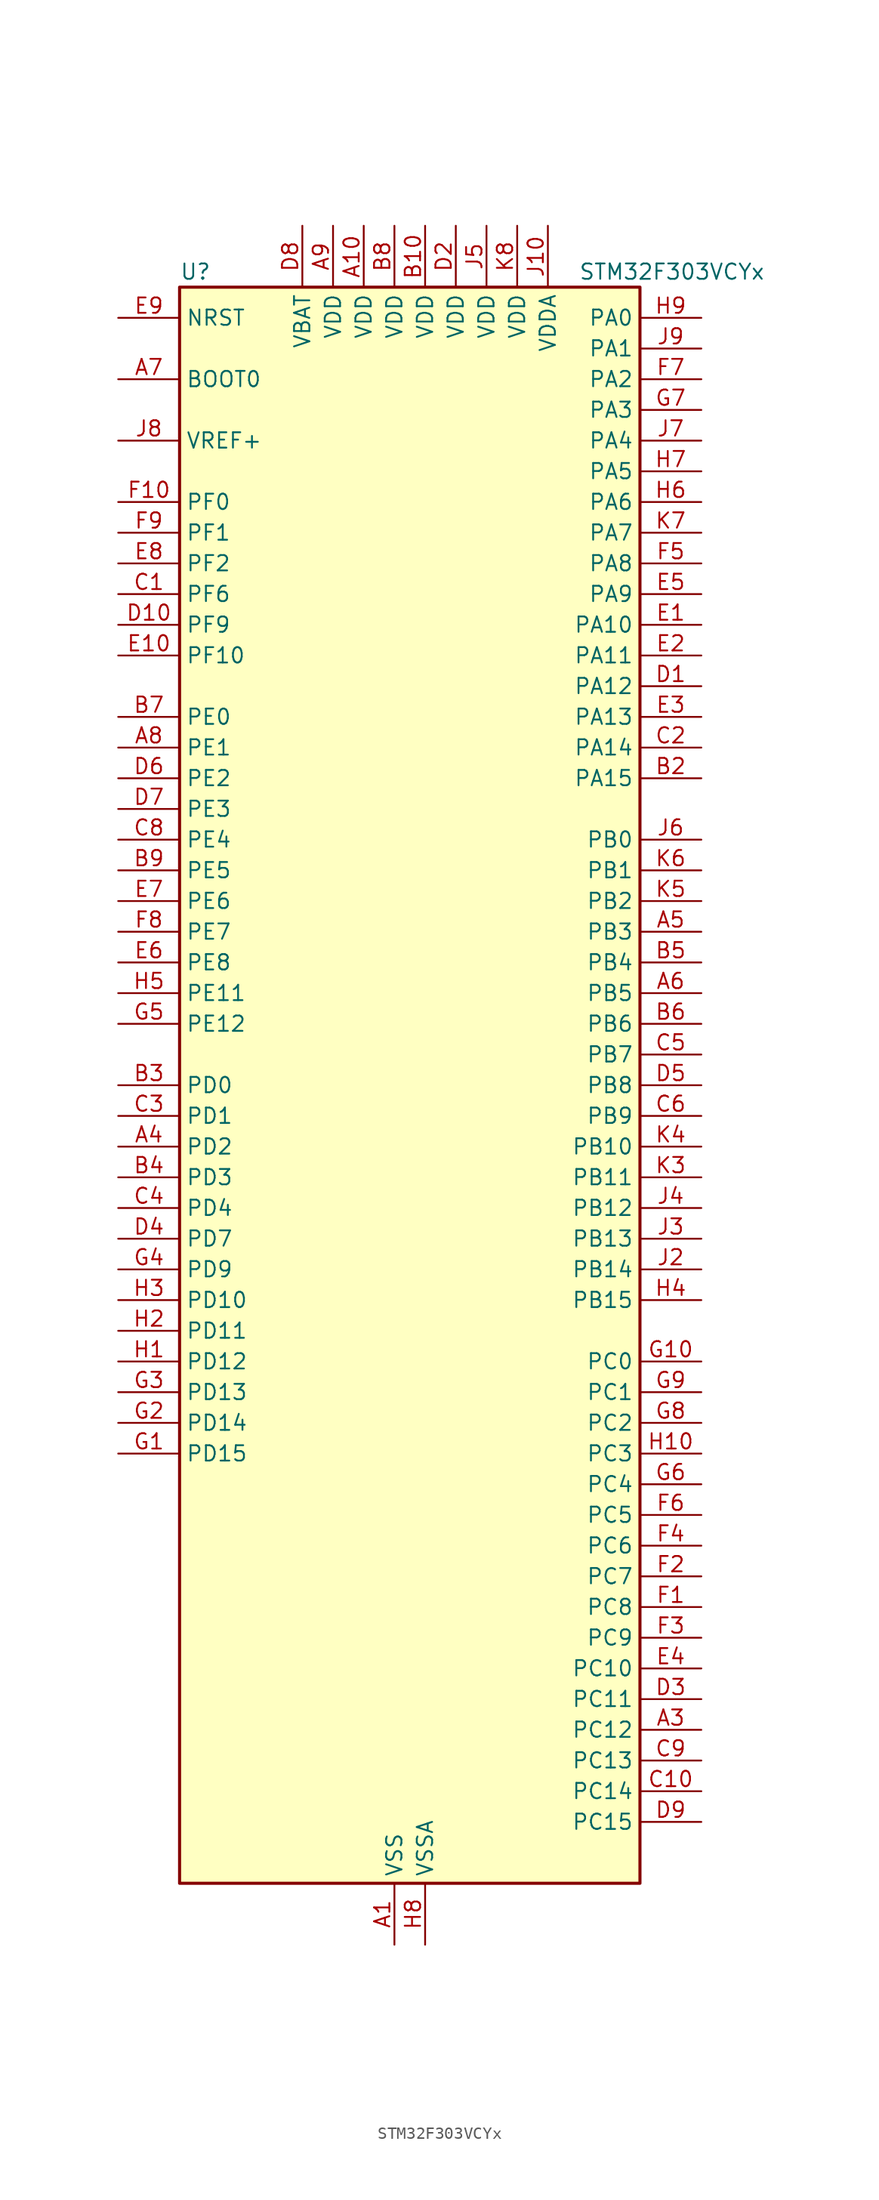
<source format=kicad_sym>
(kicad_symbol_lib
  (version 20231120)
  (generator "kicad_symbol_editor")
  (generator_version "8.0")
  (symbol "STM32F303VCYx"
    (property "Reference" "U"
      (at -17.78 67.31 0)
      (effects (font (size 1.27 1.27)) (justify left)))
    (property "Value" "STM32F303VCYx"
      (at 15.24 67.31 0)
      (effects (font (size 1.27 1.27)) (justify left)))
    (property "ki_locked" ""
      (at 0 0 0)
      (effects (font (size 1.27 1.27))))
    (symbol "STM32F303VCYx_0_1"
      (rectangle (start -17.78 -66.04) (end 20.32 66.04) (stroke (width 0.254) (type default)) (fill (type background))))
    (symbol "STM32F303VCYx_1_1"
      (pin power_in line (at 0 -71.12 90) (length 5.08) (name "VSS" (effects (font (size 1.27 1.27)))) (number "A1" (effects (font (size 1.27 1.27)))))
      (pin power_in line (at -2.54 71.12 270) (length 5.08) (name "VDD" (effects (font (size 1.27 1.27)))) (number "A10" (effects (font (size 1.27 1.27)))))
      (pin passive line (at 0 -71.12 90) (length 5.08) hide (name "VSS" (effects (font (size 1.27 1.27)))) (number "A2" (effects (font (size 1.27 1.27)))))
      (pin bidirectional line (at 25.4 -53.34 180) (length 5.08) (name "PC12" (effects (font (size 1.27 1.27)))) (number "A3" (effects (font (size 1.27 1.27)))) (alternate "I2S3_SD" bidirectional line) (alternate "SPI3_MOSI" bidirectional line) (alternate "TIM8_CH3N" bidirectional line) (alternate "UART5_TX" bidirectional line) (alternate "USART3_CK" bidirectional line))
      (pin bidirectional line (at -22.86 -5.08 0) (length 5.08) (name "PD2" (effects (font (size 1.27 1.27)))) (number "A4" (effects (font (size 1.27 1.27)))) (alternate "ADC3_EXTI2" bidirectional line) (alternate "ADC4_EXTI2" bidirectional line) (alternate "TIM3_ETR" bidirectional line) (alternate "TIM8_BKIN" bidirectional line) (alternate "UART5_RX" bidirectional line))
      (pin bidirectional line (at 25.4 12.7 180) (length 5.08) (name "PB3" (effects (font (size 1.27 1.27)))) (number "A5" (effects (font (size 1.27 1.27)))) (alternate "I2S3_CK" bidirectional line) (alternate "SPI1_SCK" bidirectional line) (alternate "SPI3_SCK" bidirectional line) (alternate "SYS_JTDO-TRACESWO" bidirectional line) (alternate "TIM2_CH2" bidirectional line) (alternate "TIM3_ETR" bidirectional line) (alternate "TIM4_ETR" bidirectional line) (alternate "TIM8_CH1N" bidirectional line) (alternate "TSC_G5_IO1" bidirectional line) (alternate "USART2_TX" bidirectional line))
      (pin bidirectional line (at 25.4 7.62 180) (length 5.08) (name "PB5" (effects (font (size 1.27 1.27)))) (number "A6" (effects (font (size 1.27 1.27)))) (alternate "I2C1_SMBA" bidirectional line) (alternate "I2S3_SD" bidirectional line) (alternate "SPI1_MOSI" bidirectional line) (alternate "SPI3_MOSI" bidirectional line) (alternate "TIM16_BKIN" bidirectional line) (alternate "TIM17_CH1" bidirectional line) (alternate "TIM3_CH2" bidirectional line) (alternate "TIM8_CH3N" bidirectional line) (alternate "USART2_CK" bidirectional line))
      (pin input line (at -22.86 58.42 0) (length 5.08) (name "BOOT0" (effects (font (size 1.27 1.27)))) (number "A7" (effects (font (size 1.27 1.27)))))
      (pin bidirectional line (at -22.86 27.94 0) (length 5.08) (name "PE1" (effects (font (size 1.27 1.27)))) (number "A8" (effects (font (size 1.27 1.27)))) (alternate "TIM17_CH1" bidirectional line) (alternate "USART1_RX" bidirectional line))
      (pin power_in line (at -5.08 71.12 270) (length 5.08) (name "VDD" (effects (font (size 1.27 1.27)))) (number "A9" (effects (font (size 1.27 1.27)))))
      (pin passive line (at 0 -71.12 90) (length 5.08) hide (name "VSS" (effects (font (size 1.27 1.27)))) (number "B1" (effects (font (size 1.27 1.27)))))
      (pin power_in line (at 2.54 71.12 270) (length 5.08) (name "VDD" (effects (font (size 1.27 1.27)))) (number "B10" (effects (font (size 1.27 1.27)))))
      (pin bidirectional line (at 25.4 25.4 180) (length 5.08) (name "PA15" (effects (font (size 1.27 1.27)))) (number "B2" (effects (font (size 1.27 1.27)))) (alternate "ADC1_EXTI15" bidirectional line) (alternate "ADC2_EXTI15" bidirectional line) (alternate "I2C1_SCL" bidirectional line) (alternate "I2S3_WS" bidirectional line) (alternate "SPI1_NSS" bidirectional line) (alternate "SPI3_NSS" bidirectional line) (alternate "SYS_JTDI" bidirectional line) (alternate "TIM1_BKIN" bidirectional line) (alternate "TIM2_CH1" bidirectional line) (alternate "TIM2_ETR" bidirectional line) (alternate "TIM8_CH1" bidirectional line) (alternate "USART2_RX" bidirectional line))
      (pin bidirectional line (at -22.86 0 0) (length 5.08) (name "PD0" (effects (font (size 1.27 1.27)))) (number "B3" (effects (font (size 1.27 1.27)))) (alternate "CAN_RX" bidirectional line))
      (pin bidirectional line (at -22.86 -7.62 0) (length 5.08) (name "PD3" (effects (font (size 1.27 1.27)))) (number "B4" (effects (font (size 1.27 1.27)))) (alternate "TIM2_CH1" bidirectional line) (alternate "TIM2_ETR" bidirectional line) (alternate "USART2_CTS" bidirectional line))
      (pin bidirectional line (at 25.4 10.16 180) (length 5.08) (name "PB4" (effects (font (size 1.27 1.27)))) (number "B5" (effects (font (size 1.27 1.27)))) (alternate "I2S3_ext_SD" bidirectional line) (alternate "SPI1_MISO" bidirectional line) (alternate "SPI3_MISO" bidirectional line) (alternate "SYS_NJTRST" bidirectional line) (alternate "TIM16_CH1" bidirectional line) (alternate "TIM17_BKIN" bidirectional line) (alternate "TIM3_CH1" bidirectional line) (alternate "TIM8_CH2N" bidirectional line) (alternate "TSC_G5_IO2" bidirectional line) (alternate "USART2_RX" bidirectional line))
      (pin bidirectional line (at 25.4 5.08 180) (length 5.08) (name "PB6" (effects (font (size 1.27 1.27)))) (number "B6" (effects (font (size 1.27 1.27)))) (alternate "I2C1_SCL" bidirectional line) (alternate "TIM16_CH1N" bidirectional line) (alternate "TIM4_CH1" bidirectional line) (alternate "TIM8_BKIN2" bidirectional line) (alternate "TIM8_CH1" bidirectional line) (alternate "TIM8_ETR" bidirectional line) (alternate "TSC_G5_IO3" bidirectional line) (alternate "USART1_TX" bidirectional line))
      (pin bidirectional line (at -22.86 30.48 0) (length 5.08) (name "PE0" (effects (font (size 1.27 1.27)))) (number "B7" (effects (font (size 1.27 1.27)))) (alternate "TIM16_CH1" bidirectional line) (alternate "TIM4_ETR" bidirectional line) (alternate "USART1_TX" bidirectional line))
      (pin power_in line (at 0 71.12 270) (length 5.08) (name "VDD" (effects (font (size 1.27 1.27)))) (number "B8" (effects (font (size 1.27 1.27)))))
      (pin bidirectional line (at -22.86 17.78 0) (length 5.08) (name "PE5" (effects (font (size 1.27 1.27)))) (number "B9" (effects (font (size 1.27 1.27)))) (alternate "SYS_TRACED2" bidirectional line) (alternate "TIM3_CH4" bidirectional line) (alternate "TSC_G7_IO4" bidirectional line))
      (pin bidirectional line (at -22.86 40.64 0) (length 5.08) (name "PF6" (effects (font (size 1.27 1.27)))) (number "C1" (effects (font (size 1.27 1.27)))) (alternate "I2C2_SCL" bidirectional line) (alternate "TIM4_CH4" bidirectional line) (alternate "USART3_DE" bidirectional line) (alternate "USART3_RTS" bidirectional line))
      (pin bidirectional line (at 25.4 -58.42 180) (length 5.08) (name "PC14" (effects (font (size 1.27 1.27)))) (number "C10" (effects (font (size 1.27 1.27)))) (alternate "RCC_OSC32_IN" bidirectional line))
      (pin bidirectional line (at 25.4 27.94 180) (length 5.08) (name "PA14" (effects (font (size 1.27 1.27)))) (number "C2" (effects (font (size 1.27 1.27)))) (alternate "I2C1_SDA" bidirectional line) (alternate "SYS_JTCK-SWCLK" bidirectional line) (alternate "TIM1_BKIN" bidirectional line) (alternate "TIM8_CH2" bidirectional line) (alternate "TSC_G4_IO4" bidirectional line) (alternate "USART2_TX" bidirectional line))
      (pin bidirectional line (at -22.86 -2.54 0) (length 5.08) (name "PD1" (effects (font (size 1.27 1.27)))) (number "C3" (effects (font (size 1.27 1.27)))) (alternate "CAN_TX" bidirectional line) (alternate "TIM8_BKIN2" bidirectional line) (alternate "TIM8_CH4" bidirectional line))
      (pin bidirectional line (at -22.86 -10.16 0) (length 5.08) (name "PD4" (effects (font (size 1.27 1.27)))) (number "C4" (effects (font (size 1.27 1.27)))) (alternate "TIM2_CH2" bidirectional line) (alternate "USART2_DE" bidirectional line) (alternate "USART2_RTS" bidirectional line))
      (pin bidirectional line (at 25.4 2.54 180) (length 5.08) (name "PB7" (effects (font (size 1.27 1.27)))) (number "C5" (effects (font (size 1.27 1.27)))) (alternate "I2C1_SDA" bidirectional line) (alternate "TIM17_CH1N" bidirectional line) (alternate "TIM3_CH4" bidirectional line) (alternate "TIM4_CH2" bidirectional line) (alternate "TIM8_BKIN" bidirectional line) (alternate "TSC_G5_IO4" bidirectional line) (alternate "USART1_RX" bidirectional line))
      (pin bidirectional line (at 25.4 -2.54 180) (length 5.08) (name "PB9" (effects (font (size 1.27 1.27)))) (number "C6" (effects (font (size 1.27 1.27)))) (alternate "CAN_TX" bidirectional line) (alternate "COMP2_OUT" bidirectional line) (alternate "DAC_EXTI9" bidirectional line) (alternate "I2C1_SDA" bidirectional line) (alternate "IR_OUT" bidirectional line) (alternate "TIM17_CH1" bidirectional line) (alternate "TIM4_CH4" bidirectional line) (alternate "TIM8_CH3" bidirectional line))
      (pin passive line (at 0 -71.12 90) (length 5.08) hide (name "VSS" (effects (font (size 1.27 1.27)))) (number "C7" (effects (font (size 1.27 1.27)))))
      (pin bidirectional line (at -22.86 20.32 0) (length 5.08) (name "PE4" (effects (font (size 1.27 1.27)))) (number "C8" (effects (font (size 1.27 1.27)))) (alternate "SYS_TRACED1" bidirectional line) (alternate "TIM3_CH3" bidirectional line) (alternate "TSC_G7_IO3" bidirectional line))
      (pin bidirectional line (at 25.4 -55.88 180) (length 5.08) (name "PC13" (effects (font (size 1.27 1.27)))) (number "C9" (effects (font (size 1.27 1.27)))) (alternate "RTC_OUT_ALARM" bidirectional line) (alternate "RTC_OUT_CALIB" bidirectional line) (alternate "RTC_TAMP1" bidirectional line) (alternate "RTC_TS" bidirectional line) (alternate "SYS_WKUP2" bidirectional line) (alternate "TIM1_CH1N" bidirectional line))
      (pin bidirectional line (at 25.4 33.02 180) (length 5.08) (name "PA12" (effects (font (size 1.27 1.27)))) (number "D1" (effects (font (size 1.27 1.27)))) (alternate "CAN_TX" bidirectional line) (alternate "COMP2_OUT" bidirectional line) (alternate "TIM16_CH1" bidirectional line) (alternate "TIM1_CH2N" bidirectional line) (alternate "TIM1_ETR" bidirectional line) (alternate "TIM4_CH2" bidirectional line) (alternate "USART1_DE" bidirectional line) (alternate "USART1_RTS" bidirectional line) (alternate "USB_DP" bidirectional line))
      (pin bidirectional line (at -22.86 38.1 0) (length 5.08) (name "PF9" (effects (font (size 1.27 1.27)))) (number "D10" (effects (font (size 1.27 1.27)))) (alternate "DAC_EXTI9" bidirectional line) (alternate "SPI2_SCK" bidirectional line) (alternate "TIM15_CH1" bidirectional line))
      (pin power_in line (at 5.08 71.12 270) (length 5.08) (name "VDD" (effects (font (size 1.27 1.27)))) (number "D2" (effects (font (size 1.27 1.27)))))
      (pin bidirectional line (at 25.4 -50.8 180) (length 5.08) (name "PC11" (effects (font (size 1.27 1.27)))) (number "D3" (effects (font (size 1.27 1.27)))) (alternate "ADC1_EXTI11" bidirectional line) (alternate "ADC2_EXTI11" bidirectional line) (alternate "I2S3_ext_SD" bidirectional line) (alternate "SPI3_MISO" bidirectional line) (alternate "TIM8_CH2N" bidirectional line) (alternate "UART4_RX" bidirectional line) (alternate "USART3_RX" bidirectional line))
      (pin bidirectional line (at -22.86 -12.7 0) (length 5.08) (name "PD7" (effects (font (size 1.27 1.27)))) (number "D4" (effects (font (size 1.27 1.27)))) (alternate "TIM2_CH3" bidirectional line) (alternate "USART2_CK" bidirectional line))
      (pin bidirectional line (at 25.4 0 180) (length 5.08) (name "PB8" (effects (font (size 1.27 1.27)))) (number "D5" (effects (font (size 1.27 1.27)))) (alternate "CAN_RX" bidirectional line) (alternate "COMP1_OUT" bidirectional line) (alternate "I2C1_SCL" bidirectional line) (alternate "TIM16_CH1" bidirectional line) (alternate "TIM1_BKIN" bidirectional line) (alternate "TIM4_CH3" bidirectional line) (alternate "TIM8_CH2" bidirectional line) (alternate "TSC_SYNC" bidirectional line))
      (pin bidirectional line (at -22.86 25.4 0) (length 5.08) (name "PE2" (effects (font (size 1.27 1.27)))) (number "D6" (effects (font (size 1.27 1.27)))) (alternate "ADC3_EXTI2" bidirectional line) (alternate "ADC4_EXTI2" bidirectional line) (alternate "SYS_TRACECK" bidirectional line) (alternate "TIM3_CH1" bidirectional line) (alternate "TSC_G7_IO1" bidirectional line))
      (pin bidirectional line (at -22.86 22.86 0) (length 5.08) (name "PE3" (effects (font (size 1.27 1.27)))) (number "D7" (effects (font (size 1.27 1.27)))) (alternate "SYS_TRACED0" bidirectional line) (alternate "TIM3_CH2" bidirectional line) (alternate "TSC_G7_IO2" bidirectional line))
      (pin power_in line (at -7.62 71.12 270) (length 5.08) (name "VBAT" (effects (font (size 1.27 1.27)))) (number "D8" (effects (font (size 1.27 1.27)))))
      (pin bidirectional line (at 25.4 -60.96 180) (length 5.08) (name "PC15" (effects (font (size 1.27 1.27)))) (number "D9" (effects (font (size 1.27 1.27)))) (alternate "ADC1_EXTI15" bidirectional line) (alternate "ADC2_EXTI15" bidirectional line) (alternate "RCC_OSC32_OUT" bidirectional line))
      (pin bidirectional line (at 25.4 38.1 180) (length 5.08) (name "PA10" (effects (font (size 1.27 1.27)))) (number "E1" (effects (font (size 1.27 1.27)))) (alternate "COMP6_OUT" bidirectional line) (alternate "I2C2_SDA" bidirectional line) (alternate "TIM17_BKIN" bidirectional line) (alternate "TIM1_CH3" bidirectional line) (alternate "TIM2_CH4" bidirectional line) (alternate "TIM8_BKIN" bidirectional line) (alternate "TSC_G4_IO2" bidirectional line) (alternate "USART1_RX" bidirectional line))
      (pin bidirectional line (at -22.86 35.56 0) (length 5.08) (name "PF10" (effects (font (size 1.27 1.27)))) (number "E10" (effects (font (size 1.27 1.27)))) (alternate "SPI2_SCK" bidirectional line) (alternate "TIM15_CH2" bidirectional line))
      (pin bidirectional line (at 25.4 35.56 180) (length 5.08) (name "PA11" (effects (font (size 1.27 1.27)))) (number "E2" (effects (font (size 1.27 1.27)))) (alternate "ADC1_EXTI11" bidirectional line) (alternate "ADC2_EXTI11" bidirectional line) (alternate "CAN_RX" bidirectional line) (alternate "COMP1_OUT" bidirectional line) (alternate "TIM1_BKIN2" bidirectional line) (alternate "TIM1_CH1N" bidirectional line) (alternate "TIM1_CH4" bidirectional line) (alternate "TIM4_CH1" bidirectional line) (alternate "USART1_CTS" bidirectional line) (alternate "USB_DM" bidirectional line))
      (pin bidirectional line (at 25.4 30.48 180) (length 5.08) (name "PA13" (effects (font (size 1.27 1.27)))) (number "E3" (effects (font (size 1.27 1.27)))) (alternate "IR_OUT" bidirectional line) (alternate "SYS_JTMS-SWDIO" bidirectional line) (alternate "TIM16_CH1N" bidirectional line) (alternate "TIM4_CH3" bidirectional line) (alternate "TSC_G4_IO3" bidirectional line) (alternate "USART3_CTS" bidirectional line))
      (pin bidirectional line (at 25.4 -48.26 180) (length 5.08) (name "PC10" (effects (font (size 1.27 1.27)))) (number "E4" (effects (font (size 1.27 1.27)))) (alternate "I2S3_CK" bidirectional line) (alternate "SPI3_SCK" bidirectional line) (alternate "TIM8_CH1N" bidirectional line) (alternate "UART4_TX" bidirectional line) (alternate "USART3_TX" bidirectional line))
      (pin bidirectional line (at 25.4 40.64 180) (length 5.08) (name "PA9" (effects (font (size 1.27 1.27)))) (number "E5" (effects (font (size 1.27 1.27)))) (alternate "COMP5_OUT" bidirectional line) (alternate "DAC_EXTI9" bidirectional line) (alternate "I2C2_SCL" bidirectional line) (alternate "I2S3_MCK" bidirectional line) (alternate "TIM15_BKIN" bidirectional line) (alternate "TIM1_CH2" bidirectional line) (alternate "TIM2_CH3" bidirectional line) (alternate "TSC_G4_IO1" bidirectional line) (alternate "USART1_TX" bidirectional line))
      (pin bidirectional line (at -22.86 10.16 0) (length 5.08) (name "PE8" (effects (font (size 1.27 1.27)))) (number "E6" (effects (font (size 1.27 1.27)))) (alternate "ADC3_IN6" bidirectional line) (alternate "ADC4_IN6" bidirectional line) (alternate "COMP4_INM" bidirectional line) (alternate "TIM1_CH1N" bidirectional line))
      (pin bidirectional line (at -22.86 15.24 0) (length 5.08) (name "PE6" (effects (font (size 1.27 1.27)))) (number "E7" (effects (font (size 1.27 1.27)))) (alternate "RTC_TAMP3" bidirectional line) (alternate "SYS_TRACED3" bidirectional line) (alternate "SYS_WKUP3" bidirectional line))
      (pin bidirectional line (at -22.86 43.18 0) (length 5.08) (name "PF2" (effects (font (size 1.27 1.27)))) (number "E8" (effects (font (size 1.27 1.27)))) (alternate "ADC1_IN10" bidirectional line) (alternate "ADC2_IN10" bidirectional line) (alternate "ADC3_EXTI2" bidirectional line) (alternate "ADC4_EXTI2" bidirectional line))
      (pin input line (at -22.86 63.5 0) (length 5.08) (name "NRST" (effects (font (size 1.27 1.27)))) (number "E9" (effects (font (size 1.27 1.27)))))
      (pin bidirectional line (at 25.4 -43.18 180) (length 5.08) (name "PC8" (effects (font (size 1.27 1.27)))) (number "F1" (effects (font (size 1.27 1.27)))) (alternate "COMP3_OUT" bidirectional line) (alternate "TIM3_CH3" bidirectional line) (alternate "TIM8_CH3" bidirectional line))
      (pin bidirectional line (at -22.86 48.26 0) (length 5.08) (name "PF0" (effects (font (size 1.27 1.27)))) (number "F10" (effects (font (size 1.27 1.27)))) (alternate "I2C2_SDA" bidirectional line) (alternate "RCC_OSC_IN" bidirectional line) (alternate "TIM1_CH3N" bidirectional line))
      (pin bidirectional line (at 25.4 -40.64 180) (length 5.08) (name "PC7" (effects (font (size 1.27 1.27)))) (number "F2" (effects (font (size 1.27 1.27)))) (alternate "COMP5_OUT" bidirectional line) (alternate "I2S3_MCK" bidirectional line) (alternate "TIM3_CH2" bidirectional line) (alternate "TIM8_CH2" bidirectional line))
      (pin bidirectional line (at 25.4 -45.72 180) (length 5.08) (name "PC9" (effects (font (size 1.27 1.27)))) (number "F3" (effects (font (size 1.27 1.27)))) (alternate "DAC_EXTI9" bidirectional line) (alternate "I2S_CKIN" bidirectional line) (alternate "TIM3_CH4" bidirectional line) (alternate "TIM8_BKIN2" bidirectional line) (alternate "TIM8_CH4" bidirectional line))
      (pin bidirectional line (at 25.4 -38.1 180) (length 5.08) (name "PC6" (effects (font (size 1.27 1.27)))) (number "F4" (effects (font (size 1.27 1.27)))) (alternate "COMP6_OUT" bidirectional line) (alternate "I2S2_MCK" bidirectional line) (alternate "TIM3_CH1" bidirectional line) (alternate "TIM8_CH1" bidirectional line))
      (pin bidirectional line (at 25.4 43.18 180) (length 5.08) (name "PA8" (effects (font (size 1.27 1.27)))) (number "F5" (effects (font (size 1.27 1.27)))) (alternate "COMP3_OUT" bidirectional line) (alternate "I2C2_SMBA" bidirectional line) (alternate "I2S2_MCK" bidirectional line) (alternate "RCC_MCO" bidirectional line) (alternate "TIM1_CH1" bidirectional line) (alternate "TIM4_ETR" bidirectional line) (alternate "USART1_CK" bidirectional line))
      (pin bidirectional line (at 25.4 -35.56 180) (length 5.08) (name "PC5" (effects (font (size 1.27 1.27)))) (number "F6" (effects (font (size 1.27 1.27)))) (alternate "ADC2_IN11" bidirectional line) (alternate "OPAMP1_VINM" bidirectional line) (alternate "OPAMP1_VINM_SEC" bidirectional line) (alternate "OPAMP2_VINM" bidirectional line) (alternate "OPAMP2_VINM_SEC" bidirectional line) (alternate "TSC_G3_IO1" bidirectional line) (alternate "USART1_RX" bidirectional line))
      (pin bidirectional line (at 25.4 58.42 180) (length 5.08) (name "PA2" (effects (font (size 1.27 1.27)))) (number "F7" (effects (font (size 1.27 1.27)))) (alternate "ADC1_IN3" bidirectional line) (alternate "ADC3_EXTI2" bidirectional line) (alternate "ADC4_EXTI2" bidirectional line) (alternate "COMP2_INM" bidirectional line) (alternate "COMP2_OUT" bidirectional line) (alternate "OPAMP1_VOUT" bidirectional line) (alternate "TIM15_CH1" bidirectional line) (alternate "TIM2_CH3" bidirectional line) (alternate "TSC_G1_IO3" bidirectional line) (alternate "USART2_TX" bidirectional line))
      (pin bidirectional line (at -22.86 12.7 0) (length 5.08) (name "PE7" (effects (font (size 1.27 1.27)))) (number "F8" (effects (font (size 1.27 1.27)))) (alternate "ADC3_IN13" bidirectional line) (alternate "COMP4_INP" bidirectional line) (alternate "TIM1_ETR" bidirectional line))
      (pin bidirectional line (at -22.86 45.72 0) (length 5.08) (name "PF1" (effects (font (size 1.27 1.27)))) (number "F9" (effects (font (size 1.27 1.27)))) (alternate "I2C2_SCL" bidirectional line) (alternate "RCC_OSC_OUT" bidirectional line))
      (pin bidirectional line (at -22.86 -30.48 0) (length 5.08) (name "PD15" (effects (font (size 1.27 1.27)))) (number "G1" (effects (font (size 1.27 1.27)))) (alternate "ADC1_EXTI15" bidirectional line) (alternate "ADC2_EXTI15" bidirectional line) (alternate "COMP3_INM" bidirectional line) (alternate "SPI2_NSS" bidirectional line) (alternate "TIM4_CH4" bidirectional line) (alternate "TSC_G8_IO4" bidirectional line))
      (pin bidirectional line (at 25.4 -22.86 180) (length 5.08) (name "PC0" (effects (font (size 1.27 1.27)))) (number "G10" (effects (font (size 1.27 1.27)))) (alternate "ADC1_IN6" bidirectional line) (alternate "ADC2_IN6" bidirectional line) (alternate "COMP7_INM" bidirectional line))
      (pin bidirectional line (at -22.86 -27.94 0) (length 5.08) (name "PD14" (effects (font (size 1.27 1.27)))) (number "G2" (effects (font (size 1.27 1.27)))) (alternate "ADC3_IN11" bidirectional line) (alternate "ADC4_IN11" bidirectional line) (alternate "COMP3_INP" bidirectional line) (alternate "OPAMP2_VINP" bidirectional line) (alternate "OPAMP2_VINP_SEC" bidirectional line) (alternate "TIM4_CH3" bidirectional line) (alternate "TSC_G8_IO3" bidirectional line))
      (pin bidirectional line (at -22.86 -25.4 0) (length 5.08) (name "PD13" (effects (font (size 1.27 1.27)))) (number "G3" (effects (font (size 1.27 1.27)))) (alternate "ADC3_IN10" bidirectional line) (alternate "ADC4_IN10" bidirectional line) (alternate "COMP5_INM" bidirectional line) (alternate "TIM4_CH2" bidirectional line) (alternate "TSC_G8_IO2" bidirectional line))
      (pin bidirectional line (at -22.86 -15.24 0) (length 5.08) (name "PD9" (effects (font (size 1.27 1.27)))) (number "G4" (effects (font (size 1.27 1.27)))) (alternate "ADC4_IN13" bidirectional line) (alternate "DAC_EXTI9" bidirectional line) (alternate "USART3_RX" bidirectional line))
      (pin bidirectional line (at -22.86 5.08 0) (length 5.08) (name "PE12" (effects (font (size 1.27 1.27)))) (number "G5" (effects (font (size 1.27 1.27)))) (alternate "ADC3_IN16" bidirectional line) (alternate "TIM1_CH3N" bidirectional line))
      (pin bidirectional line (at 25.4 -33.02 180) (length 5.08) (name "PC4" (effects (font (size 1.27 1.27)))) (number "G6" (effects (font (size 1.27 1.27)))) (alternate "ADC2_IN5" bidirectional line) (alternate "USART1_TX" bidirectional line))
      (pin bidirectional line (at 25.4 55.88 180) (length 5.08) (name "PA3" (effects (font (size 1.27 1.27)))) (number "G7" (effects (font (size 1.27 1.27)))) (alternate "ADC1_IN4" bidirectional line) (alternate "COMP2_INP" bidirectional line) (alternate "OPAMP1_VINM" bidirectional line) (alternate "OPAMP1_VINM_SEC" bidirectional line) (alternate "OPAMP1_VINP" bidirectional line) (alternate "OPAMP1_VINP_SEC" bidirectional line) (alternate "TIM15_CH2" bidirectional line) (alternate "TIM2_CH4" bidirectional line) (alternate "TSC_G1_IO4" bidirectional line) (alternate "USART2_RX" bidirectional line))
      (pin bidirectional line (at 25.4 -27.94 180) (length 5.08) (name "PC2" (effects (font (size 1.27 1.27)))) (number "G8" (effects (font (size 1.27 1.27)))) (alternate "ADC1_IN8" bidirectional line) (alternate "ADC2_IN8" bidirectional line) (alternate "ADC3_EXTI2" bidirectional line) (alternate "ADC4_EXTI2" bidirectional line) (alternate "COMP7_OUT" bidirectional line))
      (pin bidirectional line (at 25.4 -25.4 180) (length 5.08) (name "PC1" (effects (font (size 1.27 1.27)))) (number "G9" (effects (font (size 1.27 1.27)))) (alternate "ADC1_IN7" bidirectional line) (alternate "ADC2_IN7" bidirectional line) (alternate "COMP7_INP" bidirectional line))
      (pin bidirectional line (at -22.86 -22.86 0) (length 5.08) (name "PD12" (effects (font (size 1.27 1.27)))) (number "H1" (effects (font (size 1.27 1.27)))) (alternate "ADC3_IN9" bidirectional line) (alternate "ADC4_IN9" bidirectional line) (alternate "COMP5_INP" bidirectional line) (alternate "TIM4_CH1" bidirectional line) (alternate "TSC_G8_IO1" bidirectional line) (alternate "USART3_DE" bidirectional line) (alternate "USART3_RTS" bidirectional line))
      (pin bidirectional line (at 25.4 -30.48 180) (length 5.08) (name "PC3" (effects (font (size 1.27 1.27)))) (number "H10" (effects (font (size 1.27 1.27)))) (alternate "ADC1_IN9" bidirectional line) (alternate "ADC2_IN9" bidirectional line) (alternate "TIM1_BKIN2" bidirectional line))
      (pin bidirectional line (at -22.86 -20.32 0) (length 5.08) (name "PD11" (effects (font (size 1.27 1.27)))) (number "H2" (effects (font (size 1.27 1.27)))) (alternate "ADC1_EXTI11" bidirectional line) (alternate "ADC2_EXTI11" bidirectional line) (alternate "ADC3_IN8" bidirectional line) (alternate "ADC4_IN8" bidirectional line) (alternate "COMP6_INP" bidirectional line) (alternate "OPAMP4_VINP" bidirectional line) (alternate "OPAMP4_VINP_SEC" bidirectional line) (alternate "USART3_CTS" bidirectional line))
      (pin bidirectional line (at -22.86 -17.78 0) (length 5.08) (name "PD10" (effects (font (size 1.27 1.27)))) (number "H3" (effects (font (size 1.27 1.27)))) (alternate "ADC3_IN7" bidirectional line) (alternate "ADC4_IN7" bidirectional line) (alternate "COMP6_INM" bidirectional line) (alternate "USART3_CK" bidirectional line))
      (pin bidirectional line (at 25.4 -17.78 180) (length 5.08) (name "PB15" (effects (font (size 1.27 1.27)))) (number "H4" (effects (font (size 1.27 1.27)))) (alternate "ADC1_EXTI15" bidirectional line) (alternate "ADC2_EXTI15" bidirectional line) (alternate "ADC4_IN5" bidirectional line) (alternate "COMP6_INM" bidirectional line) (alternate "I2S2_SD" bidirectional line) (alternate "RTC_REFIN" bidirectional line) (alternate "SPI2_MOSI" bidirectional line) (alternate "TIM15_CH1N" bidirectional line) (alternate "TIM15_CH2" bidirectional line) (alternate "TIM1_CH3N" bidirectional line))
      (pin bidirectional line (at -22.86 7.62 0) (length 5.08) (name "PE11" (effects (font (size 1.27 1.27)))) (number "H5" (effects (font (size 1.27 1.27)))) (alternate "ADC1_EXTI11" bidirectional line) (alternate "ADC2_EXTI11" bidirectional line) (alternate "ADC3_IN15" bidirectional line) (alternate "TIM1_CH2" bidirectional line))
      (pin bidirectional line (at 25.4 48.26 180) (length 5.08) (name "PA6" (effects (font (size 1.27 1.27)))) (number "H6" (effects (font (size 1.27 1.27)))) (alternate "ADC2_IN3" bidirectional line) (alternate "COMP1_OUT" bidirectional line) (alternate "OPAMP2_VOUT" bidirectional line) (alternate "SPI1_MISO" bidirectional line) (alternate "TIM16_CH1" bidirectional line) (alternate "TIM1_BKIN" bidirectional line) (alternate "TIM3_CH1" bidirectional line) (alternate "TIM8_BKIN" bidirectional line) (alternate "TSC_G2_IO3" bidirectional line))
      (pin bidirectional line (at 25.4 50.8 180) (length 5.08) (name "PA5" (effects (font (size 1.27 1.27)))) (number "H7" (effects (font (size 1.27 1.27)))) (alternate "ADC2_IN2" bidirectional line) (alternate "COMP1_INM" bidirectional line) (alternate "COMP2_INM" bidirectional line) (alternate "COMP3_INM" bidirectional line) (alternate "COMP4_INM" bidirectional line) (alternate "COMP5_INM" bidirectional line) (alternate "COMP6_INM" bidirectional line) (alternate "COMP7_INM" bidirectional line) (alternate "DAC_OUT2" bidirectional line) (alternate "OPAMP1_VINP" bidirectional line) (alternate "OPAMP1_VINP_SEC" bidirectional line) (alternate "OPAMP2_VINM" bidirectional line) (alternate "OPAMP2_VINM_SEC" bidirectional line) (alternate "OPAMP3_VINP" bidirectional line) (alternate "OPAMP3_VINP_SEC" bidirectional line) (alternate "SPI1_SCK" bidirectional line) (alternate "TIM2_CH1" bidirectional line) (alternate "TIM2_ETR" bidirectional line) (alternate "TSC_G2_IO2" bidirectional line))
      (pin power_in line (at 2.54 -71.12 90) (length 5.08) (name "VSSA" (effects (font (size 1.27 1.27)))) (number "H8" (effects (font (size 1.27 1.27)))))
      (pin bidirectional line (at 25.4 63.5 180) (length 5.08) (name "PA0" (effects (font (size 1.27 1.27)))) (number "H9" (effects (font (size 1.27 1.27)))) (alternate "ADC1_IN1" bidirectional line) (alternate "COMP1_INM" bidirectional line) (alternate "COMP1_OUT" bidirectional line) (alternate "COMP7_INP" bidirectional line) (alternate "RTC_TAMP2" bidirectional line) (alternate "SYS_WKUP1" bidirectional line) (alternate "TIM2_CH1" bidirectional line) (alternate "TIM2_ETR" bidirectional line) (alternate "TIM8_BKIN" bidirectional line) (alternate "TIM8_ETR" bidirectional line) (alternate "TSC_G1_IO1" bidirectional line) (alternate "USART2_CTS" bidirectional line))
      (pin passive line (at 0 -71.12 90) (length 5.08) hide (name "VSS" (effects (font (size 1.27 1.27)))) (number "J1" (effects (font (size 1.27 1.27)))))
      (pin power_in line (at 12.7 71.12 270) (length 5.08) (name "VDDA" (effects (font (size 1.27 1.27)))) (number "J10" (effects (font (size 1.27 1.27)))))
      (pin bidirectional line (at 25.4 -15.24 180) (length 5.08) (name "PB14" (effects (font (size 1.27 1.27)))) (number "J2" (effects (font (size 1.27 1.27)))) (alternate "ADC4_IN4" bidirectional line) (alternate "COMP3_INP" bidirectional line) (alternate "I2S2_ext_SD" bidirectional line) (alternate "OPAMP2_VINP" bidirectional line) (alternate "OPAMP2_VINP_SEC" bidirectional line) (alternate "SPI2_MISO" bidirectional line) (alternate "TIM15_CH1" bidirectional line) (alternate "TIM1_CH2N" bidirectional line) (alternate "TSC_G6_IO4" bidirectional line) (alternate "USART3_DE" bidirectional line) (alternate "USART3_RTS" bidirectional line))
      (pin bidirectional line (at 25.4 -12.7 180) (length 5.08) (name "PB13" (effects (font (size 1.27 1.27)))) (number "J3" (effects (font (size 1.27 1.27)))) (alternate "ADC3_IN5" bidirectional line) (alternate "COMP5_INP" bidirectional line) (alternate "I2S2_CK" bidirectional line) (alternate "OPAMP3_VINP" bidirectional line) (alternate "OPAMP3_VINP_SEC" bidirectional line) (alternate "OPAMP4_VINP" bidirectional line) (alternate "OPAMP4_VINP_SEC" bidirectional line) (alternate "SPI2_SCK" bidirectional line) (alternate "TIM1_CH1N" bidirectional line) (alternate "TSC_G6_IO3" bidirectional line) (alternate "USART3_CTS" bidirectional line))
      (pin bidirectional line (at 25.4 -10.16 180) (length 5.08) (name "PB12" (effects (font (size 1.27 1.27)))) (number "J4" (effects (font (size 1.27 1.27)))) (alternate "ADC4_IN3" bidirectional line) (alternate "COMP3_INM" bidirectional line) (alternate "I2C2_SMBA" bidirectional line) (alternate "I2S2_WS" bidirectional line) (alternate "OPAMP4_VOUT" bidirectional line) (alternate "SPI2_NSS" bidirectional line) (alternate "TIM1_BKIN" bidirectional line) (alternate "TSC_G6_IO2" bidirectional line) (alternate "USART3_CK" bidirectional line))
      (pin power_in line (at 7.62 71.12 270) (length 5.08) (name "VDD" (effects (font (size 1.27 1.27)))) (number "J5" (effects (font (size 1.27 1.27)))))
      (pin bidirectional line (at 25.4 20.32 180) (length 5.08) (name "PB0" (effects (font (size 1.27 1.27)))) (number "J6" (effects (font (size 1.27 1.27)))) (alternate "ADC3_IN12" bidirectional line) (alternate "COMP4_INP" bidirectional line) (alternate "OPAMP2_VINP" bidirectional line) (alternate "OPAMP2_VINP_SEC" bidirectional line) (alternate "OPAMP3_VINP" bidirectional line) (alternate "OPAMP3_VINP_SEC" bidirectional line) (alternate "TIM1_CH2N" bidirectional line) (alternate "TIM3_CH3" bidirectional line) (alternate "TIM8_CH2N" bidirectional line) (alternate "TSC_G3_IO2" bidirectional line))
      (pin bidirectional line (at 25.4 53.34 180) (length 5.08) (name "PA4" (effects (font (size 1.27 1.27)))) (number "J7" (effects (font (size 1.27 1.27)))) (alternate "ADC2_IN1" bidirectional line) (alternate "COMP1_INM" bidirectional line) (alternate "COMP2_INM" bidirectional line) (alternate "COMP3_INM" bidirectional line) (alternate "COMP4_INM" bidirectional line) (alternate "COMP5_INM" bidirectional line) (alternate "COMP6_INM" bidirectional line) (alternate "COMP7_INM" bidirectional line) (alternate "DAC_OUT1" bidirectional line) (alternate "I2S3_WS" bidirectional line) (alternate "OPAMP4_VINP" bidirectional line) (alternate "OPAMP4_VINP_SEC" bidirectional line) (alternate "SPI1_NSS" bidirectional line) (alternate "SPI3_NSS" bidirectional line) (alternate "TIM3_CH2" bidirectional line) (alternate "TSC_G2_IO1" bidirectional line) (alternate "USART2_CK" bidirectional line))
      (pin input line (at -22.86 53.34 0) (length 5.08) (name "VREF+" (effects (font (size 1.27 1.27)))) (number "J8" (effects (font (size 1.27 1.27)))))
      (pin bidirectional line (at 25.4 60.96 180) (length 5.08) (name "PA1" (effects (font (size 1.27 1.27)))) (number "J9" (effects (font (size 1.27 1.27)))) (alternate "ADC1_IN2" bidirectional line) (alternate "COMP1_INP" bidirectional line) (alternate "OPAMP1_VINP" bidirectional line) (alternate "OPAMP1_VINP_SEC" bidirectional line) (alternate "OPAMP3_VINP" bidirectional line) (alternate "OPAMP3_VINP_SEC" bidirectional line) (alternate "RTC_REFIN" bidirectional line) (alternate "TIM15_CH1N" bidirectional line) (alternate "TIM2_CH2" bidirectional line) (alternate "TSC_G1_IO2" bidirectional line) (alternate "USART2_DE" bidirectional line) (alternate "USART2_RTS" bidirectional line))
      (pin passive line (at 0 -71.12 90) (length 5.08) hide (name "VSS" (effects (font (size 1.27 1.27)))) (number "K1" (effects (font (size 1.27 1.27)))))
      (pin passive line (at 0 -71.12 90) (length 5.08) hide (name "VSS" (effects (font (size 1.27 1.27)))) (number "K10" (effects (font (size 1.27 1.27)))))
      (pin passive line (at 0 -71.12 90) (length 5.08) hide (name "VSS" (effects (font (size 1.27 1.27)))) (number "K2" (effects (font (size 1.27 1.27)))))
      (pin bidirectional line (at 25.4 -7.62 180) (length 5.08) (name "PB11" (effects (font (size 1.27 1.27)))) (number "K3" (effects (font (size 1.27 1.27)))) (alternate "ADC1_EXTI11" bidirectional line) (alternate "ADC2_EXTI11" bidirectional line) (alternate "COMP6_INP" bidirectional line) (alternate "OPAMP4_VINP" bidirectional line) (alternate "OPAMP4_VINP_SEC" bidirectional line) (alternate "TIM2_CH4" bidirectional line) (alternate "TSC_G6_IO1" bidirectional line) (alternate "USART3_RX" bidirectional line))
      (pin bidirectional line (at 25.4 -5.08 180) (length 5.08) (name "PB10" (effects (font (size 1.27 1.27)))) (number "K4" (effects (font (size 1.27 1.27)))) (alternate "COMP5_INM" bidirectional line) (alternate "OPAMP3_VINM" bidirectional line) (alternate "OPAMP3_VINM_SEC" bidirectional line) (alternate "OPAMP4_VINM" bidirectional line) (alternate "OPAMP4_VINM_SEC" bidirectional line) (alternate "TIM2_CH3" bidirectional line) (alternate "TSC_SYNC" bidirectional line) (alternate "USART3_TX" bidirectional line))
      (pin bidirectional line (at 25.4 15.24 180) (length 5.08) (name "PB2" (effects (font (size 1.27 1.27)))) (number "K5" (effects (font (size 1.27 1.27)))) (alternate "ADC2_IN12" bidirectional line) (alternate "ADC3_EXTI2" bidirectional line) (alternate "ADC4_EXTI2" bidirectional line) (alternate "COMP4_INM" bidirectional line) (alternate "OPAMP3_VINM" bidirectional line) (alternate "OPAMP3_VINM_SEC" bidirectional line) (alternate "TSC_G3_IO4" bidirectional line))
      (pin bidirectional line (at 25.4 17.78 180) (length 5.08) (name "PB1" (effects (font (size 1.27 1.27)))) (number "K6" (effects (font (size 1.27 1.27)))) (alternate "ADC3_IN1" bidirectional line) (alternate "COMP4_OUT" bidirectional line) (alternate "OPAMP3_VOUT" bidirectional line) (alternate "TIM1_CH3N" bidirectional line) (alternate "TIM3_CH4" bidirectional line) (alternate "TIM8_CH3N" bidirectional line) (alternate "TSC_G3_IO3" bidirectional line))
      (pin bidirectional line (at 25.4 45.72 180) (length 5.08) (name "PA7" (effects (font (size 1.27 1.27)))) (number "K7" (effects (font (size 1.27 1.27)))) (alternate "ADC2_IN4" bidirectional line) (alternate "COMP2_INP" bidirectional line) (alternate "COMP2_OUT" bidirectional line) (alternate "OPAMP1_VINP" bidirectional line) (alternate "OPAMP1_VINP_SEC" bidirectional line) (alternate "OPAMP2_VINP" bidirectional line) (alternate "OPAMP2_VINP_SEC" bidirectional line) (alternate "SPI1_MOSI" bidirectional line) (alternate "TIM17_CH1" bidirectional line) (alternate "TIM1_CH1N" bidirectional line) (alternate "TIM3_CH2" bidirectional line) (alternate "TIM8_CH1N" bidirectional line) (alternate "TSC_G2_IO4" bidirectional line))
      (pin power_in line (at 10.16 71.12 270) (length 5.08) (name "VDD" (effects (font (size 1.27 1.27)))) (number "K8" (effects (font (size 1.27 1.27)))))
      (pin passive line (at 0 -71.12 90) (length 5.08) hide (name "VSS" (effects (font (size 1.27 1.27)))) (number "K9" (effects (font (size 1.27 1.27))))))))
</source>
